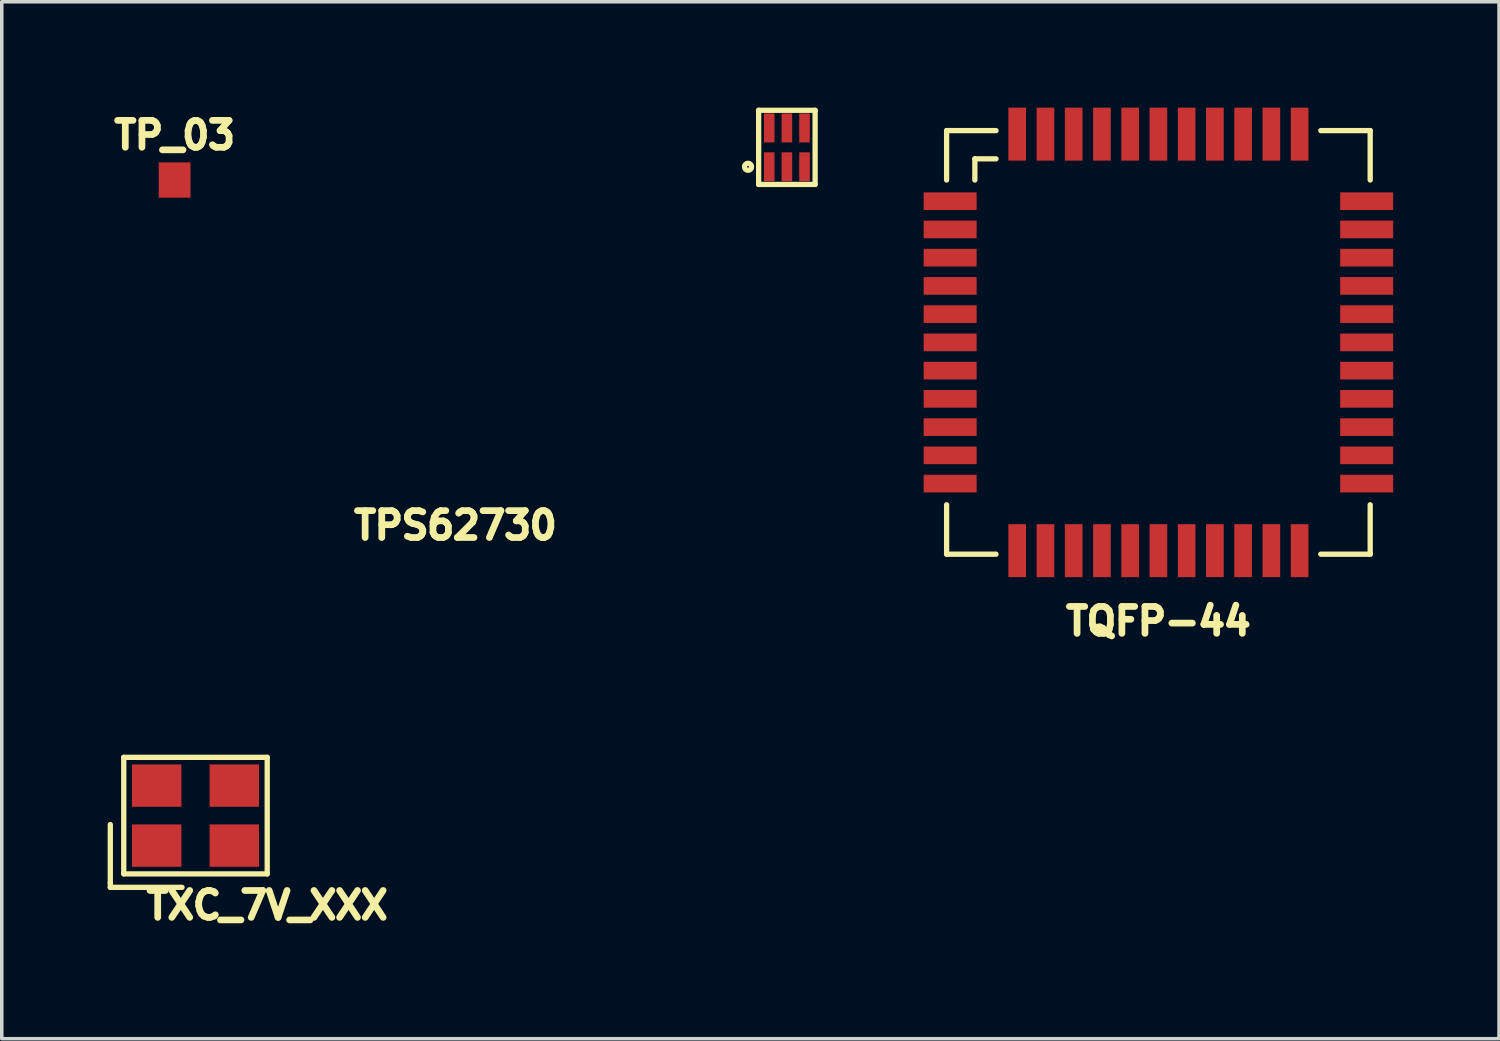
<source format=kicad_pcb>
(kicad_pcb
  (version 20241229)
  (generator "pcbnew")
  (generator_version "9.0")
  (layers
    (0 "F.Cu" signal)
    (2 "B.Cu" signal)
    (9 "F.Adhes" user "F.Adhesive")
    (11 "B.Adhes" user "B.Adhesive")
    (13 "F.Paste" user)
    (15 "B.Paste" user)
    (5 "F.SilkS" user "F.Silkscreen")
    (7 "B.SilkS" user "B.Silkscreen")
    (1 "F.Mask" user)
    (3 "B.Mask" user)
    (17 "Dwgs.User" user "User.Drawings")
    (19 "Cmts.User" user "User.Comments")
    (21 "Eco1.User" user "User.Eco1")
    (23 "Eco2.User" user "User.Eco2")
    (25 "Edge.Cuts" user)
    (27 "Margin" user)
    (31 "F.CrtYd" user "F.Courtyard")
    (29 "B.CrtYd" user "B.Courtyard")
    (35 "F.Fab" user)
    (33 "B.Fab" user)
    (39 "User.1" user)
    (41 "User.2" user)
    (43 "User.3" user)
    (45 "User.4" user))
  (footprint "TXC_7V_XXX"
    (layer "F.Cu")
    (at 2.488 20.056)
    (property "Reference" "TXC_7V_XXX" (at 2.032 2.54 0) (layer "F.SilkS") (effects (font (size 0.762 0.762) (thickness 0.191))))
    (attr through_hole)
    (fp_line (start -2.413 0.254) (end -2.413 1.905) (stroke (width 0.15) (type solid)) (layer "F.SilkS"))
    (fp_line (start -2.413 1.905) (end -2.413 2.032) (stroke (width 0.15) (type solid)) (layer "F.SilkS"))
    (fp_line (start -2.032 -1.651) (end -2.032 1.651) (stroke (width 0.15) (type solid)) (layer "F.SilkS"))
    (fp_line (start -2.032 1.651) (end 2.032 1.651) (stroke (width 0.15) (type solid)) (layer "F.SilkS"))
    (fp_line (start -0.381 2.032) (end -2.413 2.032) (stroke (width 0.15) (type solid)) (layer "F.SilkS"))
    (fp_line (start 2.032 -1.651) (end -2.032 -1.651) (stroke (width 0.15) (type solid)) (layer "F.SilkS"))
    (fp_line (start 2.032 1.651) (end 2.032 -1.651) (stroke (width 0.15) (type solid)) (layer "F.SilkS"))
    (pad "1" smd rect (at -1.1 0.85) (size 1.4 1.2) (layers "F.Cu" "F.Mask" "F.Paste"))
    (pad "2" smd rect (at 1.1 0.85) (size 1.4 1.2) (layers "F.Cu" "F.Mask" "F.Paste"))
    (pad "3" smd rect (at 1.1 -0.85) (size 1.4 1.2) (layers "F.Cu" "F.Mask" "F.Paste"))
    (pad "4" smd rect (at -1.1 -0.85) (size 1.4 1.2) (layers "F.Cu" "F.Mask" "F.Paste")))
  (footprint "TQFP-44"
    (layer "F.Cu")
    (at 29.767 6.65)
    (property "Reference" "TQFP-44" (at 0 7.9 0) (layer "F.SilkS") (effects (font (size 0.762 0.762) (thickness 0.191))))
    (attr through_hole)
    (fp_line (start -6 -6) (end -4.6 -6) (stroke (width 0.15) (type solid)) (layer "F.SilkS"))
    (fp_line (start -6 -4.6) (end -6 -6) (stroke (width 0.15) (type solid)) (layer "F.SilkS"))
    (fp_line (start -6 4.6) (end -6 6) (stroke (width 0.15) (type solid)) (layer "F.SilkS"))
    (fp_line (start -6 6) (end -4.6 6) (stroke (width 0.15) (type solid)) (layer "F.SilkS"))
    (fp_line (start -5.2 -5.2) (end -5.2 -4.6) (stroke (width 0.15) (type solid)) (layer "F.SilkS"))
    (fp_line (start -4.6 -5.2) (end -5.2 -5.2) (stroke (width 0.15) (type solid)) (layer "F.SilkS"))
    (fp_line (start 6 -6) (end 4.6 -6) (stroke (width 0.15) (type solid)) (layer "F.SilkS"))
    (fp_line (start 6 -4.6) (end 6 -6) (stroke (width 0.15) (type solid)) (layer "F.SilkS"))
    (fp_line (start 6 4.6) (end 6 6) (stroke (width 0.15) (type solid)) (layer "F.SilkS"))
    (fp_line (start 6 6) (end 4.6 6) (stroke (width 0.15) (type solid)) (layer "F.SilkS"))
    (pad "1" smd rect (at -5.9 -4) (size 1.5 0.5) (layers "F.Cu" "F.Mask" "F.Paste"))
    (pad "2" smd rect (at -5.9 -3.2) (size 1.5 0.5) (layers "F.Cu" "F.Mask" "F.Paste"))
    (pad "3" smd rect (at -5.9 -2.4) (size 1.5 0.5) (layers "F.Cu" "F.Mask" "F.Paste"))
    (pad "4" smd rect (at -5.9 -1.6) (size 1.5 0.5) (layers "F.Cu" "F.Mask" "F.Paste"))
    (pad "5" smd rect (at -5.9 -0.8) (size 1.5 0.5) (layers "F.Cu" "F.Mask" "F.Paste"))
    (pad "6" smd rect (at -5.9 0) (size 1.5 0.5) (layers "F.Cu" "F.Mask" "F.Paste"))
    (pad "7" smd rect (at -5.9 0.8) (size 1.5 0.5) (layers "F.Cu" "F.Mask" "F.Paste"))
    (pad "8" smd rect (at -5.9 1.6) (size 1.5 0.5) (layers "F.Cu" "F.Mask" "F.Paste"))
    (pad "9" smd rect (at -5.9 2.4) (size 1.5 0.5) (layers "F.Cu" "F.Mask" "F.Paste"))
    (pad "10" smd rect (at -5.9 3.2) (size 1.5 0.5) (layers "F.Cu" "F.Mask" "F.Paste"))
    (pad "11" smd rect (at -5.9 4) (size 1.5 0.5) (layers "F.Cu" "F.Mask" "F.Paste"))
    (pad "12" smd rect (at -4 5.9) (size 0.5 1.5) (layers "F.Cu" "F.Mask" "F.Paste"))
    (pad "13" smd rect (at -3.2 5.9) (size 0.5 1.5) (layers "F.Cu" "F.Mask" "F.Paste"))
    (pad "14" smd rect (at -2.4 5.9) (size 0.5 1.5) (layers "F.Cu" "F.Mask" "F.Paste"))
    (pad "15" smd rect (at -1.6 5.9) (size 0.5 1.5) (layers "F.Cu" "F.Mask" "F.Paste"))
    (pad "16" smd rect (at -0.8 5.9) (size 0.5 1.5) (layers "F.Cu" "F.Mask" "F.Paste"))
    (pad "17" smd rect (at 0 5.9) (size 0.5 1.5) (layers "F.Cu" "F.Mask" "F.Paste"))
    (pad "18" smd rect (at 0.8 5.9) (size 0.5 1.5) (layers "F.Cu" "F.Mask" "F.Paste"))
    (pad "19" smd rect (at 1.6 5.9) (size 0.5 1.5) (layers "F.Cu" "F.Mask" "F.Paste"))
    (pad "20" smd rect (at 2.4 5.9) (size 0.5 1.5) (layers "F.Cu" "F.Mask" "F.Paste"))
    (pad "21" smd rect (at 3.2 5.9) (size 0.5 1.5) (layers "F.Cu" "F.Mask" "F.Paste"))
    (pad "22" smd rect (at 4 5.9) (size 0.5 1.5) (layers "F.Cu" "F.Mask" "F.Paste"))
    (pad "23" smd rect (at 5.9 4) (size 1.5 0.5) (layers "F.Cu" "F.Mask" "F.Paste"))
    (pad "24" smd rect (at 5.9 3.2) (size 1.5 0.5) (layers "F.Cu" "F.Mask" "F.Paste"))
    (pad "25" smd rect (at 5.9 2.4) (size 1.5 0.5) (layers "F.Cu" "F.Mask" "F.Paste"))
    (pad "26" smd rect (at 5.9 1.6) (size 1.5 0.5) (layers "F.Cu" "F.Mask" "F.Paste"))
    (pad "27" smd rect (at 5.9 0.8) (size 1.5 0.5) (layers "F.Cu" "F.Mask" "F.Paste"))
    (pad "28" smd rect (at 5.9 0) (size 1.5 0.5) (layers "F.Cu" "F.Mask" "F.Paste"))
    (pad "29" smd rect (at 5.9 -0.8) (size 1.5 0.5) (layers "F.Cu" "F.Mask" "F.Paste"))
    (pad "30" smd rect (at 5.9 -1.6) (size 1.5 0.5) (layers "F.Cu" "F.Mask" "F.Paste"))
    (pad "31" smd rect (at 5.9 -2.4) (size 1.5 0.5) (layers "F.Cu" "F.Mask" "F.Paste"))
    (pad "32" smd rect (at 5.9 -3.2) (size 1.5 0.5) (layers "F.Cu" "F.Mask" "F.Paste"))
    (pad "33" smd rect (at 5.9 -4) (size 1.5 0.5) (layers "F.Cu" "F.Mask" "F.Paste"))
    (pad "34" smd rect (at 4 -5.9) (size 0.5 1.5) (layers "F.Cu" "F.Mask" "F.Paste"))
    (pad "35" smd rect (at 3.2 -5.9) (size 0.5 1.5) (layers "F.Cu" "F.Mask" "F.Paste"))
    (pad "36" smd rect (at 2.4 -5.9) (size 0.5 1.5) (layers "F.Cu" "F.Mask" "F.Paste"))
    (pad "37" smd rect (at 1.6 -5.9) (size 0.5 1.5) (layers "F.Cu" "F.Mask" "F.Paste"))
    (pad "38" smd rect (at 0.8 -5.9) (size 0.5 1.5) (layers "F.Cu" "F.Mask" "F.Paste"))
    (pad "39" smd rect (at 0 -5.9) (size 0.5 1.5) (layers "F.Cu" "F.Mask" "F.Paste"))
    (pad "40" smd rect (at -0.8 -5.9) (size 0.5 1.5) (layers "F.Cu" "F.Mask" "F.Paste"))
    (pad "41" smd rect (at -1.6 -5.9) (size 0.5 1.5) (layers "F.Cu" "F.Mask" "F.Paste"))
    (pad "42" smd rect (at -2.4 -5.9) (size 0.5 1.5) (layers "F.Cu" "F.Mask" "F.Paste"))
    (pad "43" smd rect (at -3.2 -5.9) (size 0.5 1.5) (layers "F.Cu" "F.Mask" "F.Paste"))
    (pad "44" smd rect (at -4 -5.9) (size 0.5 1.5) (layers "F.Cu" "F.Mask" "F.Paste")))
  (footprint "TPS62730"
    (layer "F.Cu")
    (at 18.742 1.675)
    (property "Reference" "TPS62730" (at -8.89 10.16 0) (layer "F.SilkS") (effects (font (size 0.762 0.762) (thickness 0.191))))
    (attr through_hole)
    (fp_line (start -0.3 -1.6) (end 1.3 -1.6) (stroke (width 0.15) (type solid)) (layer "F.SilkS"))
    (fp_line (start -0.3 0.5) (end -0.3 -1.6) (stroke (width 0.15) (type solid)) (layer "F.SilkS"))
    (fp_line (start 1.3 -1.6) (end 1.3 0.5) (stroke (width 0.15) (type solid)) (layer "F.SilkS"))
    (fp_line (start 1.3 0.5) (end -0.3 0.5) (stroke (width 0.15) (type solid)) (layer "F.SilkS"))
    (fp_circle (center -0.6 0) (end -0.5 0) (stroke (width 0.15) (type solid)) (fill no) (layer "F.SilkS"))
    (pad "1" smd rect (at 0 0) (size 0.3 0.82) (layers "F.Cu" "F.Mask" "F.Paste"))
    (pad "2" smd rect (at 0.5 0) (size 0.3 0.82) (layers "F.Cu" "F.Mask" "F.Paste"))
    (pad "3" smd rect (at 1 0) (size 0.3 0.82) (layers "F.Cu" "F.Mask" "F.Paste"))
    (pad "4" smd rect (at 1 -1.1) (size 0.3 0.82) (layers "F.Cu" "F.Mask" "F.Paste"))
    (pad "5" smd rect (at 0.5 -1.1) (size 0.3 0.82) (layers "F.Cu" "F.Mask" "F.Paste"))
    (pad "6" smd rect (at 0 -1.1) (size 0.3 0.82) (layers "F.Cu" "F.Mask" "F.Paste")))
  (footprint "TP_03"
    (layer "F.Cu")
    (at 1.897 2.05)
    (property "Reference" "TP_03" (at 0 -1.27 0) (layer "F.SilkS") (effects (font (size 0.762 0.762) (thickness 0.191))))
    (attr through_hole)
    (pad "1" smd rect (at 0 0) (size 0.899 1.001) (layers "F.Cu" "F.Mask" "F.Paste")))
  (gr_rect
    (start -3 -3)
    (end 39.417 26.376)
    (stroke (width 0.1) (type default))
    (fill no)
    (layer "Edge.Cuts")))
</source>
